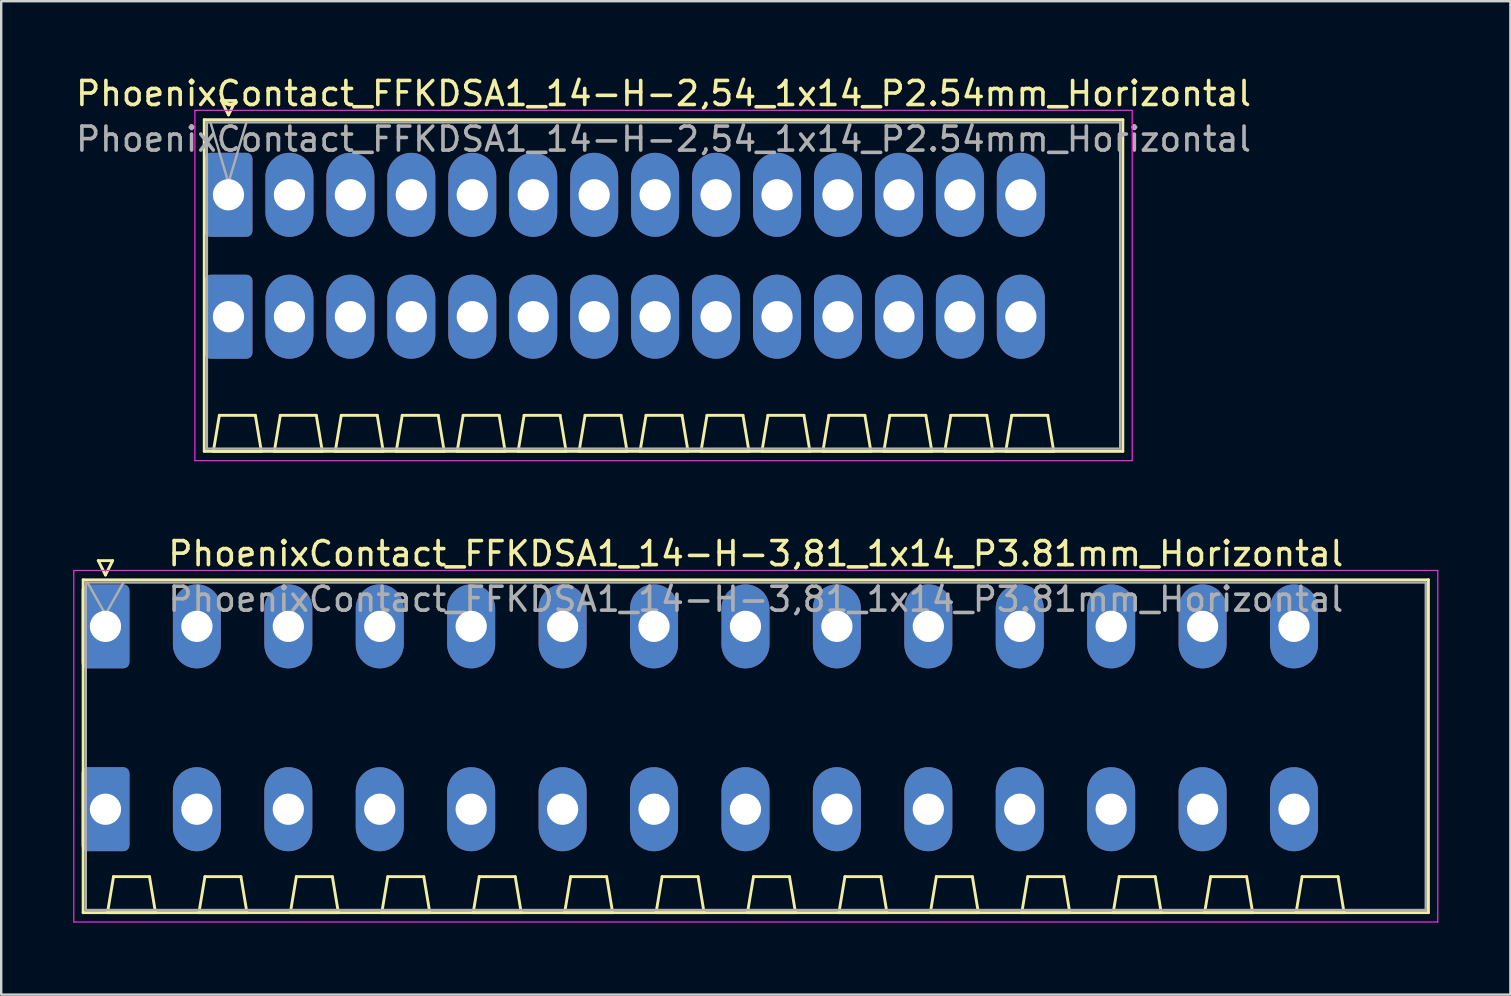
<source format=kicad_pcb>
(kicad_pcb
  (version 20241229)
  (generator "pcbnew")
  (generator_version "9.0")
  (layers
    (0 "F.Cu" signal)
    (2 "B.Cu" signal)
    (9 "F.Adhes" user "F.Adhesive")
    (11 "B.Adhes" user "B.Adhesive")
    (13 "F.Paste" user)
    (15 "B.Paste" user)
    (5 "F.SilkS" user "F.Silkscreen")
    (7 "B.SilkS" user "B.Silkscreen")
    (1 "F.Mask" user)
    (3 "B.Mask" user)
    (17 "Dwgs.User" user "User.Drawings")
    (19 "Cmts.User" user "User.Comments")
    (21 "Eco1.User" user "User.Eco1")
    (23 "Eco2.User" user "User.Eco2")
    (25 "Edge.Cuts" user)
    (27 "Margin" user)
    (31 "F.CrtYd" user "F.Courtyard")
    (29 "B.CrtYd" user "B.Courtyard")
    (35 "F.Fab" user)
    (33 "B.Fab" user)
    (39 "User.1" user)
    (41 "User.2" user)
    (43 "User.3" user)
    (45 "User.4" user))
  (footprint "PhoenixContact_FFKDSA1_14-H-2,54_1x14_P2.54mm_Horizontal"
    (layer "F.Cu")
    (at 6.471 5.068)
    (property "Reference" "PhoenixContact_FFKDSA1_14-H-2,54_1x14_P2.54mm_Horizontal" (at 18.13 -4.22 0) (layer "F.SilkS") (effects (font (size 1 1) (thickness 0.15))))
    (attr through_hole)
    (fp_line (start -1.01 -3.13) (end -1.01 10.69) (stroke (width 0.12) (type solid)) (layer "F.SilkS"))
    (fp_line (start -1.01 10.69) (end 37.27 10.69) (stroke (width 0.12) (type solid)) (layer "F.SilkS"))
    (fp_line (start -0.63 10.69) (end 1.37 10.69) (stroke (width 0.12) (type solid)) (layer "F.SilkS"))
    (fp_line (start -0.38 9.19) (end -0.63 10.69) (stroke (width 0.12) (type solid)) (layer "F.SilkS"))
    (fp_line (start -0.3 -3.93) (end 0.3 -3.93) (stroke (width 0.12) (type solid)) (layer "F.SilkS"))
    (fp_line (start 0 -3.33) (end -0.3 -3.93) (stroke (width 0.12) (type solid)) (layer "F.SilkS"))
    (fp_line (start 0.3 -3.93) (end 0 -3.33) (stroke (width 0.12) (type solid)) (layer "F.SilkS"))
    (fp_line (start 1.12 9.19) (end -0.38 9.19) (stroke (width 0.12) (type solid)) (layer "F.SilkS"))
    (fp_line (start 1.37 10.69) (end 1.12 9.19) (stroke (width 0.12) (type solid)) (layer "F.SilkS"))
    (fp_line (start 1.91 10.69) (end 3.91 10.69) (stroke (width 0.12) (type solid)) (layer "F.SilkS"))
    (fp_line (start 2.16 9.19) (end 1.91 10.69) (stroke (width 0.12) (type solid)) (layer "F.SilkS"))
    (fp_line (start 3.66 9.19) (end 2.16 9.19) (stroke (width 0.12) (type solid)) (layer "F.SilkS"))
    (fp_line (start 3.91 10.69) (end 3.66 9.19) (stroke (width 0.12) (type solid)) (layer "F.SilkS"))
    (fp_line (start 4.45 10.69) (end 6.45 10.69) (stroke (width 0.12) (type solid)) (layer "F.SilkS"))
    (fp_line (start 4.7 9.19) (end 4.45 10.69) (stroke (width 0.12) (type solid)) (layer "F.SilkS"))
    (fp_line (start 6.2 9.19) (end 4.7 9.19) (stroke (width 0.12) (type solid)) (layer "F.SilkS"))
    (fp_line (start 6.45 10.69) (end 6.2 9.19) (stroke (width 0.12) (type solid)) (layer "F.SilkS"))
    (fp_line (start 6.99 10.69) (end 8.99 10.69) (stroke (width 0.12) (type solid)) (layer "F.SilkS"))
    (fp_line (start 7.24 9.19) (end 6.99 10.69) (stroke (width 0.12) (type solid)) (layer "F.SilkS"))
    (fp_line (start 8.74 9.19) (end 7.24 9.19) (stroke (width 0.12) (type solid)) (layer "F.SilkS"))
    (fp_line (start 8.99 10.69) (end 8.74 9.19) (stroke (width 0.12) (type solid)) (layer "F.SilkS"))
    (fp_line (start 9.53 10.69) (end 11.53 10.69) (stroke (width 0.12) (type solid)) (layer "F.SilkS"))
    (fp_line (start 9.78 9.19) (end 9.53 10.69) (stroke (width 0.12) (type solid)) (layer "F.SilkS"))
    (fp_line (start 11.28 9.19) (end 9.78 9.19) (stroke (width 0.12) (type solid)) (layer "F.SilkS"))
    (fp_line (start 11.53 10.69) (end 11.28 9.19) (stroke (width 0.12) (type solid)) (layer "F.SilkS"))
    (fp_line (start 12.07 10.69) (end 14.07 10.69) (stroke (width 0.12) (type solid)) (layer "F.SilkS"))
    (fp_line (start 12.32 9.19) (end 12.07 10.69) (stroke (width 0.12) (type solid)) (layer "F.SilkS"))
    (fp_line (start 13.82 9.19) (end 12.32 9.19) (stroke (width 0.12) (type solid)) (layer "F.SilkS"))
    (fp_line (start 14.07 10.69) (end 13.82 9.19) (stroke (width 0.12) (type solid)) (layer "F.SilkS"))
    (fp_line (start 14.61 10.69) (end 16.61 10.69) (stroke (width 0.12) (type solid)) (layer "F.SilkS"))
    (fp_line (start 14.86 9.19) (end 14.61 10.69) (stroke (width 0.12) (type solid)) (layer "F.SilkS"))
    (fp_line (start 16.36 9.19) (end 14.86 9.19) (stroke (width 0.12) (type solid)) (layer "F.SilkS"))
    (fp_line (start 16.61 10.69) (end 16.36 9.19) (stroke (width 0.12) (type solid)) (layer "F.SilkS"))
    (fp_line (start 17.15 10.69) (end 19.15 10.69) (stroke (width 0.12) (type solid)) (layer "F.SilkS"))
    (fp_line (start 17.4 9.19) (end 17.15 10.69) (stroke (width 0.12) (type solid)) (layer "F.SilkS"))
    (fp_line (start 18.9 9.19) (end 17.4 9.19) (stroke (width 0.12) (type solid)) (layer "F.SilkS"))
    (fp_line (start 19.15 10.69) (end 18.9 9.19) (stroke (width 0.12) (type solid)) (layer "F.SilkS"))
    (fp_line (start 19.69 10.69) (end 21.69 10.69) (stroke (width 0.12) (type solid)) (layer "F.SilkS"))
    (fp_line (start 19.94 9.19) (end 19.69 10.69) (stroke (width 0.12) (type solid)) (layer "F.SilkS"))
    (fp_line (start 21.44 9.19) (end 19.94 9.19) (stroke (width 0.12) (type solid)) (layer "F.SilkS"))
    (fp_line (start 21.69 10.69) (end 21.44 9.19) (stroke (width 0.12) (type solid)) (layer "F.SilkS"))
    (fp_line (start 22.23 10.69) (end 24.23 10.69) (stroke (width 0.12) (type solid)) (layer "F.SilkS"))
    (fp_line (start 22.48 9.19) (end 22.23 10.69) (stroke (width 0.12) (type solid)) (layer "F.SilkS"))
    (fp_line (start 23.98 9.19) (end 22.48 9.19) (stroke (width 0.12) (type solid)) (layer "F.SilkS"))
    (fp_line (start 24.23 10.69) (end 23.98 9.19) (stroke (width 0.12) (type solid)) (layer "F.SilkS"))
    (fp_line (start 24.77 10.69) (end 26.77 10.69) (stroke (width 0.12) (type solid)) (layer "F.SilkS"))
    (fp_line (start 25.02 9.19) (end 24.77 10.69) (stroke (width 0.12) (type solid)) (layer "F.SilkS"))
    (fp_line (start 26.52 9.19) (end 25.02 9.19) (stroke (width 0.12) (type solid)) (layer "F.SilkS"))
    (fp_line (start 26.77 10.69) (end 26.52 9.19) (stroke (width 0.12) (type solid)) (layer "F.SilkS"))
    (fp_line (start 27.31 10.69) (end 29.31 10.69) (stroke (width 0.12) (type solid)) (layer "F.SilkS"))
    (fp_line (start 27.56 9.19) (end 27.31 10.69) (stroke (width 0.12) (type solid)) (layer "F.SilkS"))
    (fp_line (start 29.06 9.19) (end 27.56 9.19) (stroke (width 0.12) (type solid)) (layer "F.SilkS"))
    (fp_line (start 29.31 10.69) (end 29.06 9.19) (stroke (width 0.12) (type solid)) (layer "F.SilkS"))
    (fp_line (start 29.85 10.69) (end 31.85 10.69) (stroke (width 0.12) (type solid)) (layer "F.SilkS"))
    (fp_line (start 30.1 9.19) (end 29.85 10.69) (stroke (width 0.12) (type solid)) (layer "F.SilkS"))
    (fp_line (start 31.6 9.19) (end 30.1 9.19) (stroke (width 0.12) (type solid)) (layer "F.SilkS"))
    (fp_line (start 31.85 10.69) (end 31.6 9.19) (stroke (width 0.12) (type solid)) (layer "F.SilkS"))
    (fp_line (start 32.39 10.69) (end 34.39 10.69) (stroke (width 0.12) (type solid)) (layer "F.SilkS"))
    (fp_line (start 32.64 9.19) (end 32.39 10.69) (stroke (width 0.12) (type solid)) (layer "F.SilkS"))
    (fp_line (start 34.14 9.19) (end 32.64 9.19) (stroke (width 0.12) (type solid)) (layer "F.SilkS"))
    (fp_line (start 34.39 10.69) (end 34.14 9.19) (stroke (width 0.12) (type solid)) (layer "F.SilkS"))
    (fp_line (start 37.27 -3.13) (end -1.01 -3.13) (stroke (width 0.12) (type solid)) (layer "F.SilkS"))
    (fp_line (start 37.27 10.69) (end 37.27 -3.13) (stroke (width 0.12) (type solid)) (layer "F.SilkS"))
    (fp_line (start -1.4 -3.52) (end -1.4 11.08) (stroke (width 0.05) (type solid)) (layer "F.CrtYd"))
    (fp_line (start -1.4 11.08) (end 37.66 11.08) (stroke (width 0.05) (type solid)) (layer "F.CrtYd"))
    (fp_line (start 37.66 -3.52) (end -1.4 -3.52) (stroke (width 0.05) (type solid)) (layer "F.CrtYd"))
    (fp_line (start 37.66 11.08) (end 37.66 -3.52) (stroke (width 0.05) (type solid)) (layer "F.CrtYd"))
    (fp_line (start -0.9 -3.02) (end -0.9 10.58) (stroke (width 0.1) (type solid)) (layer "F.Fab"))
    (fp_line (start -0.9 10.58) (end 37.16 10.58) (stroke (width 0.1) (type solid)) (layer "F.Fab"))
    (fp_line (start 0 -0.5) (end -0.75 -3.02) (stroke (width 0.1) (type solid)) (layer "F.Fab"))
    (fp_line (start 0.75 -3.02) (end 0 -0.5) (stroke (width 0.1) (type solid)) (layer "F.Fab"))
    (fp_line (start 37.16 -3.02) (end -0.9 -3.02) (stroke (width 0.1) (type solid)) (layer "F.Fab"))
    (fp_line (start 37.16 10.58) (end 37.16 -3.02) (stroke (width 0.1) (type solid)) (layer "F.Fab"))
    (fp_text user "${REFERENCE}" (at 18.13 -2.32 0) (layer "F.Fab") (effects (font (size 1 1) (thickness 0.15))))
    (pad "1" thru_hole roundrect (at 0 0) (size 2 3.5) (drill 1.3) (layers "*.Cu" "*.Mask") (roundrect_rratio 0.125))
    (pad "1" thru_hole roundrect (at 0 5.08) (size 2 3.5) (drill 1.3) (layers "*.Cu" "*.Mask") (roundrect_rratio 0.125))
    (pad "2" thru_hole oval (at 2.54 0) (size 2 3.5) (drill 1.3) (layers "*.Cu" "*.Mask"))
    (pad "2" thru_hole oval (at 2.54 5.08) (size 2 3.5) (drill 1.3) (layers "*.Cu" "*.Mask"))
    (pad "3" thru_hole oval (at 5.08 0) (size 2 3.5) (drill 1.3) (layers "*.Cu" "*.Mask"))
    (pad "3" thru_hole oval (at 5.08 5.08) (size 2 3.5) (drill 1.3) (layers "*.Cu" "*.Mask"))
    (pad "4" thru_hole oval (at 7.62 0) (size 2 3.5) (drill 1.3) (layers "*.Cu" "*.Mask"))
    (pad "4" thru_hole oval (at 7.62 5.08) (size 2 3.5) (drill 1.3) (layers "*.Cu" "*.Mask"))
    (pad "5" thru_hole oval (at 10.16 0) (size 2 3.5) (drill 1.3) (layers "*.Cu" "*.Mask"))
    (pad "5" thru_hole oval (at 10.16 5.08) (size 2 3.5) (drill 1.3) (layers "*.Cu" "*.Mask"))
    (pad "6" thru_hole oval (at 12.7 0) (size 2 3.5) (drill 1.3) (layers "*.Cu" "*.Mask"))
    (pad "6" thru_hole oval (at 12.7 5.08) (size 2 3.5) (drill 1.3) (layers "*.Cu" "*.Mask"))
    (pad "7" thru_hole oval (at 15.24 0) (size 2 3.5) (drill 1.3) (layers "*.Cu" "*.Mask"))
    (pad "7" thru_hole oval (at 15.24 5.08) (size 2 3.5) (drill 1.3) (layers "*.Cu" "*.Mask"))
    (pad "8" thru_hole oval (at 17.78 0) (size 2 3.5) (drill 1.3) (layers "*.Cu" "*.Mask"))
    (pad "8" thru_hole oval (at 17.78 5.08) (size 2 3.5) (drill 1.3) (layers "*.Cu" "*.Mask"))
    (pad "9" thru_hole oval (at 20.32 0) (size 2 3.5) (drill 1.3) (layers "*.Cu" "*.Mask"))
    (pad "9" thru_hole oval (at 20.32 5.08) (size 2 3.5) (drill 1.3) (layers "*.Cu" "*.Mask"))
    (pad "10" thru_hole oval (at 22.86 0) (size 2 3.5) (drill 1.3) (layers "*.Cu" "*.Mask"))
    (pad "10" thru_hole oval (at 22.86 5.08) (size 2 3.5) (drill 1.3) (layers "*.Cu" "*.Mask"))
    (pad "11" thru_hole oval (at 25.4 0) (size 2 3.5) (drill 1.3) (layers "*.Cu" "*.Mask"))
    (pad "11" thru_hole oval (at 25.4 5.08) (size 2 3.5) (drill 1.3) (layers "*.Cu" "*.Mask"))
    (pad "12" thru_hole oval (at 27.94 0) (size 2 3.5) (drill 1.3) (layers "*.Cu" "*.Mask"))
    (pad "12" thru_hole oval (at 27.94 5.08) (size 2 3.5) (drill 1.3) (layers "*.Cu" "*.Mask"))
    (pad "13" thru_hole oval (at 30.48 0) (size 2 3.5) (drill 1.3) (layers "*.Cu" "*.Mask"))
    (pad "13" thru_hole oval (at 30.48 5.08) (size 2 3.5) (drill 1.3) (layers "*.Cu" "*.Mask"))
    (pad "14" thru_hole oval (at 33.02 0) (size 2 3.5) (drill 1.3) (layers "*.Cu" "*.Mask"))
    (pad "14" thru_hole oval (at 33.02 5.08) (size 2 3.5) (drill 1.3) (layers "*.Cu" "*.Mask")))
  (footprint "PhoenixContact_FFKDSA1_14-H-3,81_1x14_P3.81mm_Horizontal"
    (layer "F.Cu")
    (at 1.345 23.052)
    (property "Reference" "PhoenixContact_FFKDSA1_14-H-3,81_1x14_P3.81mm_Horizontal" (at 27.1 -3.03 0) (layer "F.SilkS") (effects (font (size 1 1) (thickness 0.15))))
    (attr through_hole)
    (fp_line (start -0.93 -1.94) (end -0.93 11.93) (stroke (width 0.12) (type solid)) (layer "F.SilkS"))
    (fp_line (start -0.93 11.93) (end 55.13 11.93) (stroke (width 0.12) (type solid)) (layer "F.SilkS"))
    (fp_line (start -0.3 -2.74) (end 0.3 -2.74) (stroke (width 0.12) (type solid)) (layer "F.SilkS"))
    (fp_line (start 0 -2.14) (end -0.3 -2.74) (stroke (width 0.12) (type solid)) (layer "F.SilkS"))
    (fp_line (start 0.085 11.93) (end 2.085 11.93) (stroke (width 0.12) (type solid)) (layer "F.SilkS"))
    (fp_line (start 0.3 -2.74) (end 0 -2.14) (stroke (width 0.12) (type solid)) (layer "F.SilkS"))
    (fp_line (start 0.335 10.43) (end 0.085 11.93) (stroke (width 0.12) (type solid)) (layer "F.SilkS"))
    (fp_line (start 1.835 10.43) (end 0.335 10.43) (stroke (width 0.12) (type solid)) (layer "F.SilkS"))
    (fp_line (start 2.085 11.93) (end 1.835 10.43) (stroke (width 0.12) (type solid)) (layer "F.SilkS"))
    (fp_line (start 3.895 11.93) (end 5.895 11.93) (stroke (width 0.12) (type solid)) (layer "F.SilkS"))
    (fp_line (start 4.145 10.43) (end 3.895 11.93) (stroke (width 0.12) (type solid)) (layer "F.SilkS"))
    (fp_line (start 5.645 10.43) (end 4.145 10.43) (stroke (width 0.12) (type solid)) (layer "F.SilkS"))
    (fp_line (start 5.895 11.93) (end 5.645 10.43) (stroke (width 0.12) (type solid)) (layer "F.SilkS"))
    (fp_line (start 7.705 11.93) (end 9.705 11.93) (stroke (width 0.12) (type solid)) (layer "F.SilkS"))
    (fp_line (start 7.955 10.43) (end 7.705 11.93) (stroke (width 0.12) (type solid)) (layer "F.SilkS"))
    (fp_line (start 9.455 10.43) (end 7.955 10.43) (stroke (width 0.12) (type solid)) (layer "F.SilkS"))
    (fp_line (start 9.705 11.93) (end 9.455 10.43) (stroke (width 0.12) (type solid)) (layer "F.SilkS"))
    (fp_line (start 11.515 11.93) (end 13.515 11.93) (stroke (width 0.12) (type solid)) (layer "F.SilkS"))
    (fp_line (start 11.765 10.43) (end 11.515 11.93) (stroke (width 0.12) (type solid)) (layer "F.SilkS"))
    (fp_line (start 13.265 10.43) (end 11.765 10.43) (stroke (width 0.12) (type solid)) (layer "F.SilkS"))
    (fp_line (start 13.515 11.93) (end 13.265 10.43) (stroke (width 0.12) (type solid)) (layer "F.SilkS"))
    (fp_line (start 15.325 11.93) (end 17.325 11.93) (stroke (width 0.12) (type solid)) (layer "F.SilkS"))
    (fp_line (start 15.575 10.43) (end 15.325 11.93) (stroke (width 0.12) (type solid)) (layer "F.SilkS"))
    (fp_line (start 17.075 10.43) (end 15.575 10.43) (stroke (width 0.12) (type solid)) (layer "F.SilkS"))
    (fp_line (start 17.325 11.93) (end 17.075 10.43) (stroke (width 0.12) (type solid)) (layer "F.SilkS"))
    (fp_line (start 19.135 11.93) (end 21.135 11.93) (stroke (width 0.12) (type solid)) (layer "F.SilkS"))
    (fp_line (start 19.385 10.43) (end 19.135 11.93) (stroke (width 0.12) (type solid)) (layer "F.SilkS"))
    (fp_line (start 20.885 10.43) (end 19.385 10.43) (stroke (width 0.12) (type solid)) (layer "F.SilkS"))
    (fp_line (start 21.135 11.93) (end 20.885 10.43) (stroke (width 0.12) (type solid)) (layer "F.SilkS"))
    (fp_line (start 22.945 11.93) (end 24.945 11.93) (stroke (width 0.12) (type solid)) (layer "F.SilkS"))
    (fp_line (start 23.195 10.43) (end 22.945 11.93) (stroke (width 0.12) (type solid)) (layer "F.SilkS"))
    (fp_line (start 24.695 10.43) (end 23.195 10.43) (stroke (width 0.12) (type solid)) (layer "F.SilkS"))
    (fp_line (start 24.945 11.93) (end 24.695 10.43) (stroke (width 0.12) (type solid)) (layer "F.SilkS"))
    (fp_line (start 26.755 11.93) (end 28.755 11.93) (stroke (width 0.12) (type solid)) (layer "F.SilkS"))
    (fp_line (start 27.005 10.43) (end 26.755 11.93) (stroke (width 0.12) (type solid)) (layer "F.SilkS"))
    (fp_line (start 28.505 10.43) (end 27.005 10.43) (stroke (width 0.12) (type solid)) (layer "F.SilkS"))
    (fp_line (start 28.755 11.93) (end 28.505 10.43) (stroke (width 0.12) (type solid)) (layer "F.SilkS"))
    (fp_line (start 30.565 11.93) (end 32.565 11.93) (stroke (width 0.12) (type solid)) (layer "F.SilkS"))
    (fp_line (start 30.815 10.43) (end 30.565 11.93) (stroke (width 0.12) (type solid)) (layer "F.SilkS"))
    (fp_line (start 32.315 10.43) (end 30.815 10.43) (stroke (width 0.12) (type solid)) (layer "F.SilkS"))
    (fp_line (start 32.565 11.93) (end 32.315 10.43) (stroke (width 0.12) (type solid)) (layer "F.SilkS"))
    (fp_line (start 34.375 11.93) (end 36.375 11.93) (stroke (width 0.12) (type solid)) (layer "F.SilkS"))
    (fp_line (start 34.625 10.43) (end 34.375 11.93) (stroke (width 0.12) (type solid)) (layer "F.SilkS"))
    (fp_line (start 36.125 10.43) (end 34.625 10.43) (stroke (width 0.12) (type solid)) (layer "F.SilkS"))
    (fp_line (start 36.375 11.93) (end 36.125 10.43) (stroke (width 0.12) (type solid)) (layer "F.SilkS"))
    (fp_line (start 38.185 11.93) (end 40.185 11.93) (stroke (width 0.12) (type solid)) (layer "F.SilkS"))
    (fp_line (start 38.435 10.43) (end 38.185 11.93) (stroke (width 0.12) (type solid)) (layer "F.SilkS"))
    (fp_line (start 39.935 10.43) (end 38.435 10.43) (stroke (width 0.12) (type solid)) (layer "F.SilkS"))
    (fp_line (start 40.185 11.93) (end 39.935 10.43) (stroke (width 0.12) (type solid)) (layer "F.SilkS"))
    (fp_line (start 41.995 11.93) (end 43.995 11.93) (stroke (width 0.12) (type solid)) (layer "F.SilkS"))
    (fp_line (start 42.245 10.43) (end 41.995 11.93) (stroke (width 0.12) (type solid)) (layer "F.SilkS"))
    (fp_line (start 43.745 10.43) (end 42.245 10.43) (stroke (width 0.12) (type solid)) (layer "F.SilkS"))
    (fp_line (start 43.995 11.93) (end 43.745 10.43) (stroke (width 0.12) (type solid)) (layer "F.SilkS"))
    (fp_line (start 45.805 11.93) (end 47.805 11.93) (stroke (width 0.12) (type solid)) (layer "F.SilkS"))
    (fp_line (start 46.055 10.43) (end 45.805 11.93) (stroke (width 0.12) (type solid)) (layer "F.SilkS"))
    (fp_line (start 47.555 10.43) (end 46.055 10.43) (stroke (width 0.12) (type solid)) (layer "F.SilkS"))
    (fp_line (start 47.805 11.93) (end 47.555 10.43) (stroke (width 0.12) (type solid)) (layer "F.SilkS"))
    (fp_line (start 49.615 11.93) (end 51.615 11.93) (stroke (width 0.12) (type solid)) (layer "F.SilkS"))
    (fp_line (start 49.865 10.43) (end 49.615 11.93) (stroke (width 0.12) (type solid)) (layer "F.SilkS"))
    (fp_line (start 51.365 10.43) (end 49.865 10.43) (stroke (width 0.12) (type solid)) (layer "F.SilkS"))
    (fp_line (start 51.615 11.93) (end 51.365 10.43) (stroke (width 0.12) (type solid)) (layer "F.SilkS"))
    (fp_line (start 55.13 -1.94) (end -0.93 -1.94) (stroke (width 0.12) (type solid)) (layer "F.SilkS"))
    (fp_line (start 55.13 11.93) (end 55.13 -1.94) (stroke (width 0.12) (type solid)) (layer "F.SilkS"))
    (fp_line (start -1.32 -2.33) (end -1.32 12.32) (stroke (width 0.05) (type solid)) (layer "F.CrtYd"))
    (fp_line (start -1.32 12.32) (end 55.52 12.32) (stroke (width 0.05) (type solid)) (layer "F.CrtYd"))
    (fp_line (start 55.52 -2.33) (end -1.32 -2.33) (stroke (width 0.05) (type solid)) (layer "F.CrtYd"))
    (fp_line (start 55.52 12.32) (end 55.52 -2.33) (stroke (width 0.05) (type solid)) (layer "F.CrtYd"))
    (fp_line (start -0.82 -1.83) (end -0.82 11.82) (stroke (width 0.1) (type solid)) (layer "F.Fab"))
    (fp_line (start -0.82 11.82) (end 55.02 11.82) (stroke (width 0.1) (type solid)) (layer "F.Fab"))
    (fp_line (start 0 -0.5) (end -0.75 -1.83) (stroke (width 0.1) (type solid)) (layer "F.Fab"))
    (fp_line (start 0.75 -1.83) (end 0 -0.5) (stroke (width 0.1) (type solid)) (layer "F.Fab"))
    (fp_line (start 55.02 -1.83) (end -0.82 -1.83) (stroke (width 0.1) (type solid)) (layer "F.Fab"))
    (fp_line (start 55.02 11.82) (end 55.02 -1.83) (stroke (width 0.1) (type solid)) (layer "F.Fab"))
    (fp_text user "${REFERENCE}" (at 27.1 -1.13 0) (layer "F.Fab") (effects (font (size 1 1) (thickness 0.15))))
    (pad "1" thru_hole roundrect (at 0 0) (size 2 3.5) (drill 1.3) (layers "*.Cu" "*.Mask") (roundrect_rratio 0.125))
    (pad "1" thru_hole roundrect (at 0 7.62) (size 2 3.5) (drill 1.3) (layers "*.Cu" "*.Mask") (roundrect_rratio 0.125))
    (pad "2" thru_hole oval (at 3.81 0) (size 2 3.5) (drill 1.3) (layers "*.Cu" "*.Mask"))
    (pad "2" thru_hole oval (at 3.81 7.62) (size 2 3.5) (drill 1.3) (layers "*.Cu" "*.Mask"))
    (pad "3" thru_hole oval (at 7.62 0) (size 2 3.5) (drill 1.3) (layers "*.Cu" "*.Mask"))
    (pad "3" thru_hole oval (at 7.62 7.62) (size 2 3.5) (drill 1.3) (layers "*.Cu" "*.Mask"))
    (pad "4" thru_hole oval (at 11.43 0) (size 2 3.5) (drill 1.3) (layers "*.Cu" "*.Mask"))
    (pad "4" thru_hole oval (at 11.43 7.62) (size 2 3.5) (drill 1.3) (layers "*.Cu" "*.Mask"))
    (pad "5" thru_hole oval (at 15.24 0) (size 2 3.5) (drill 1.3) (layers "*.Cu" "*.Mask"))
    (pad "5" thru_hole oval (at 15.24 7.62) (size 2 3.5) (drill 1.3) (layers "*.Cu" "*.Mask"))
    (pad "6" thru_hole oval (at 19.05 0) (size 2 3.5) (drill 1.3) (layers "*.Cu" "*.Mask"))
    (pad "6" thru_hole oval (at 19.05 7.62) (size 2 3.5) (drill 1.3) (layers "*.Cu" "*.Mask"))
    (pad "7" thru_hole oval (at 22.86 0) (size 2 3.5) (drill 1.3) (layers "*.Cu" "*.Mask"))
    (pad "7" thru_hole oval (at 22.86 7.62) (size 2 3.5) (drill 1.3) (layers "*.Cu" "*.Mask"))
    (pad "8" thru_hole oval (at 26.67 0) (size 2 3.5) (drill 1.3) (layers "*.Cu" "*.Mask"))
    (pad "8" thru_hole oval (at 26.67 7.62) (size 2 3.5) (drill 1.3) (layers "*.Cu" "*.Mask"))
    (pad "9" thru_hole oval (at 30.48 0) (size 2 3.5) (drill 1.3) (layers "*.Cu" "*.Mask"))
    (pad "9" thru_hole oval (at 30.48 7.62) (size 2 3.5) (drill 1.3) (layers "*.Cu" "*.Mask"))
    (pad "10" thru_hole oval (at 34.29 0) (size 2 3.5) (drill 1.3) (layers "*.Cu" "*.Mask"))
    (pad "10" thru_hole oval (at 34.29 7.62) (size 2 3.5) (drill 1.3) (layers "*.Cu" "*.Mask"))
    (pad "11" thru_hole oval (at 38.1 0) (size 2 3.5) (drill 1.3) (layers "*.Cu" "*.Mask"))
    (pad "11" thru_hole oval (at 38.1 7.62) (size 2 3.5) (drill 1.3) (layers "*.Cu" "*.Mask"))
    (pad "12" thru_hole oval (at 41.91 0) (size 2 3.5) (drill 1.3) (layers "*.Cu" "*.Mask"))
    (pad "12" thru_hole oval (at 41.91 7.62) (size 2 3.5) (drill 1.3) (layers "*.Cu" "*.Mask"))
    (pad "13" thru_hole oval (at 45.72 0) (size 2 3.5) (drill 1.3) (layers "*.Cu" "*.Mask"))
    (pad "13" thru_hole oval (at 45.72 7.62) (size 2 3.5) (drill 1.3) (layers "*.Cu" "*.Mask"))
    (pad "14" thru_hole oval (at 49.53 0) (size 2 3.5) (drill 1.3) (layers "*.Cu" "*.Mask"))
    (pad "14" thru_hole oval (at 49.53 7.62) (size 2 3.5) (drill 1.3) (layers "*.Cu" "*.Mask")))
  (gr_rect
    (start -3 -3)
    (end 59.89 38.397)
    (stroke (width 0.1) (type default))
    (fill no)
    (layer "Edge.Cuts")))
</source>
